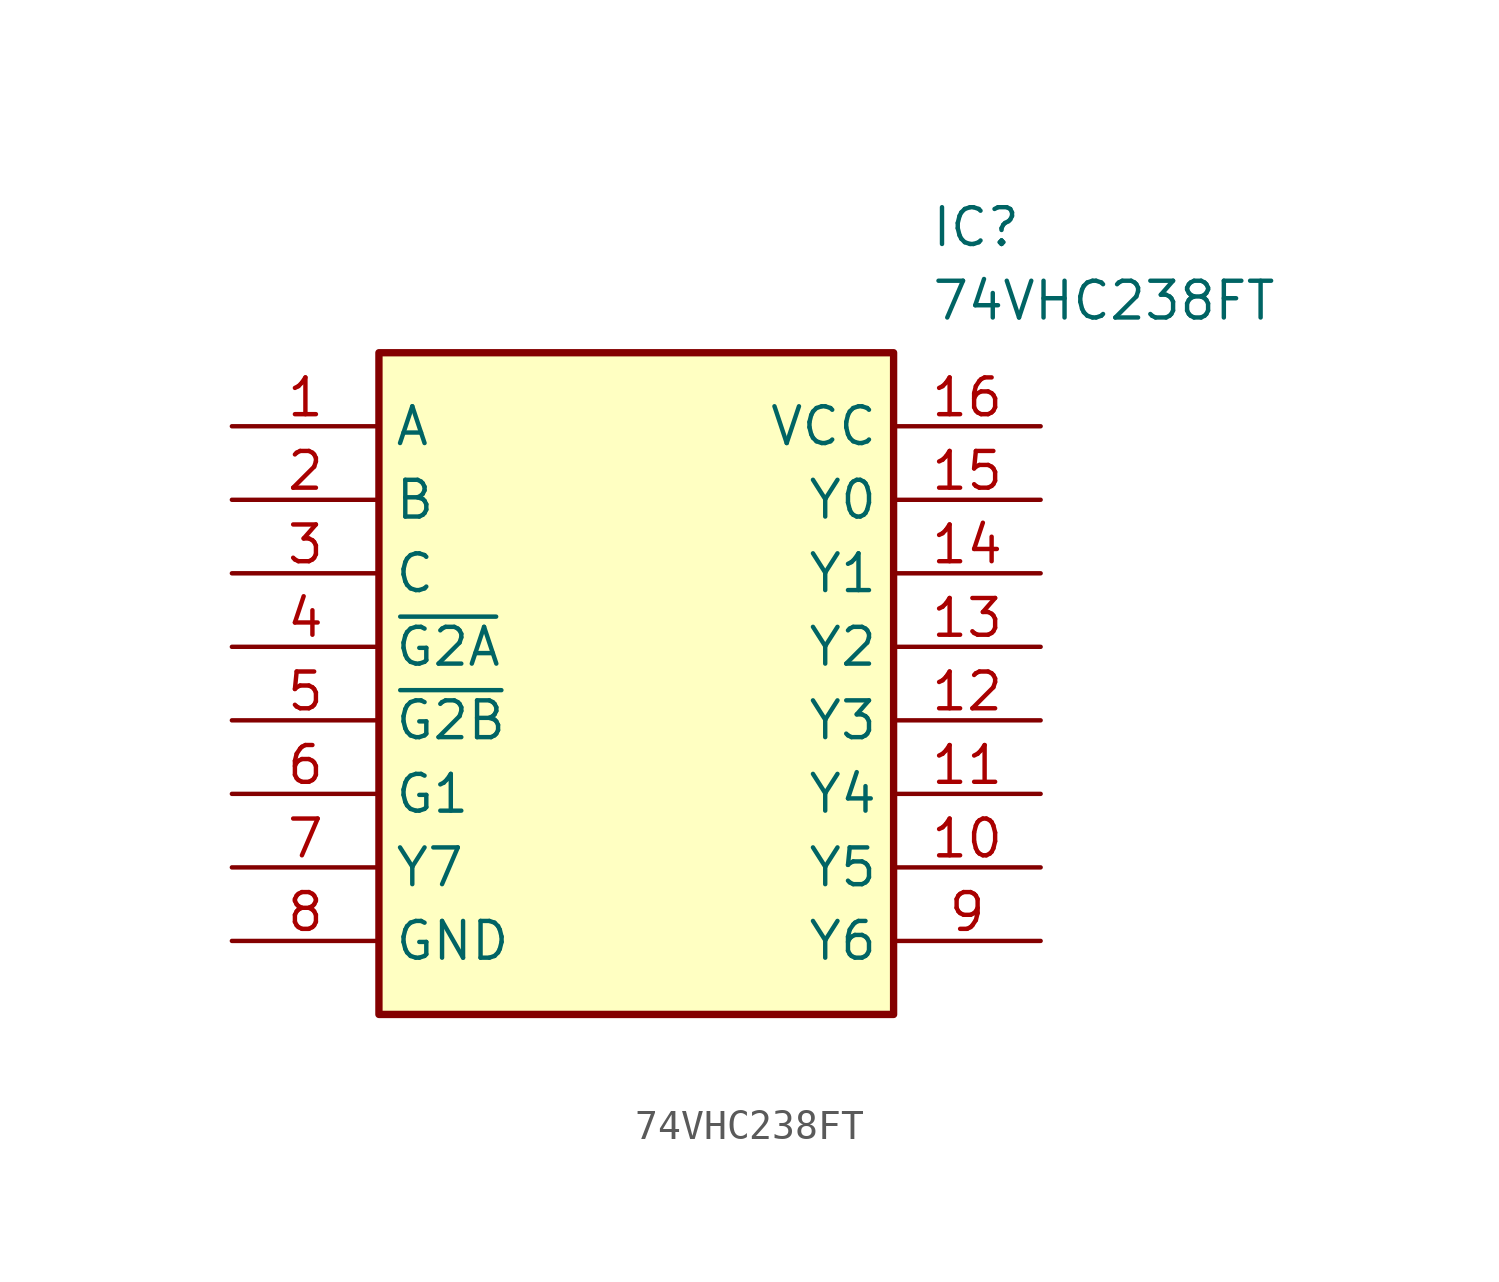
<source format=kicad_sym>
(kicad_symbol_lib
  (version 20211014)
  (generator SamacSys_ECAD_Model)
  (symbol "74VHC238FT"
    (property "Reference" "IC"
      (at 24.13 7.62 0)
      (effects (font (size 1.27 1.27)) (justify left top)))
    (property "Value" "74VHC238FT"
      (at 24.13 5.08 0)
      (effects (font (size 1.27 1.27)) (justify left top)))
    (rectangle
      (start 5.08 2.54)
      (end 22.86 -20.32)
      (stroke (width 0.254) (type default))
      (fill (type background)))
    (pin input line
      (at 0 0 0)
      (length 5.08)
      (name "A" (effects (font (size 1.27 1.27))))
      (number "1" (effects (font (size 1.27 1.27)))))
    (pin input line
      (at 0 -2.54 0)
      (length 5.08)
      (name "B" (effects (font (size 1.27 1.27))))
      (number "2" (effects (font (size 1.27 1.27)))))
    (pin input line
      (at 0 -5.08 0)
      (length 5.08)
      (name "C" (effects (font (size 1.27 1.27))))
      (number "3" (effects (font (size 1.27 1.27)))))
    (pin input line
      (at 0 -7.62 0)
      (length 5.08)
      (name "~{G2A}" (effects (font (size 1.27 1.27))))
      (number "4" (effects (font (size 1.27 1.27)))))
    (pin input line
      (at 0 -10.16 0)
      (length 5.08)
      (name "~{G2B}" (effects (font (size 1.27 1.27))))
      (number "5" (effects (font (size 1.27 1.27)))))
    (pin input line
      (at 0 -12.7 0)
      (length 5.08)
      (name "G1" (effects (font (size 1.27 1.27))))
      (number "6" (effects (font (size 1.27 1.27)))))
    (pin output line
      (at 0 -15.24 0)
      (length 5.08)
      (name "Y7" (effects (font (size 1.27 1.27))))
      (number "7" (effects (font (size 1.27 1.27)))))
    (pin power_in line
      (at 0 -17.78 0)
      (length 5.08)
      (name "GND" (effects (font (size 1.27 1.27))))
      (number "8" (effects (font (size 1.27 1.27)))))
    (pin power_in line
      (at 27.94 0 180)
      (length 5.08)
      (name "VCC" (effects (font (size 1.27 1.27))))
      (number "16" (effects (font (size 1.27 1.27)))))
    (pin output line
      (at 27.94 -2.54 180)
      (length 5.08)
      (name "Y0" (effects (font (size 1.27 1.27))))
      (number "15" (effects (font (size 1.27 1.27)))))
    (pin output line
      (at 27.94 -5.08 180)
      (length 5.08)
      (name "Y1" (effects (font (size 1.27 1.27))))
      (number "14" (effects (font (size 1.27 1.27)))))
    (pin output line
      (at 27.94 -7.62 180)
      (length 5.08)
      (name "Y2" (effects (font (size 1.27 1.27))))
      (number "13" (effects (font (size 1.27 1.27)))))
    (pin output line
      (at 27.94 -10.16 180)
      (length 5.08)
      (name "Y3" (effects (font (size 1.27 1.27))))
      (number "12" (effects (font (size 1.27 1.27)))))
    (pin output line
      (at 27.94 -12.7 180)
      (length 5.08)
      (name "Y4" (effects (font (size 1.27 1.27))))
      (number "11" (effects (font (size 1.27 1.27)))))
    (pin output line
      (at 27.94 -15.24 180)
      (length 5.08)
      (name "Y5" (effects (font (size 1.27 1.27))))
      (number "10" (effects (font (size 1.27 1.27)))))
    (pin output line
      (at 27.94 -17.78 180)
      (length 5.08)
      (name "Y6" (effects (font (size 1.27 1.27))))
      (number "9" (effects (font (size 1.27 1.27)))))))
</source>
